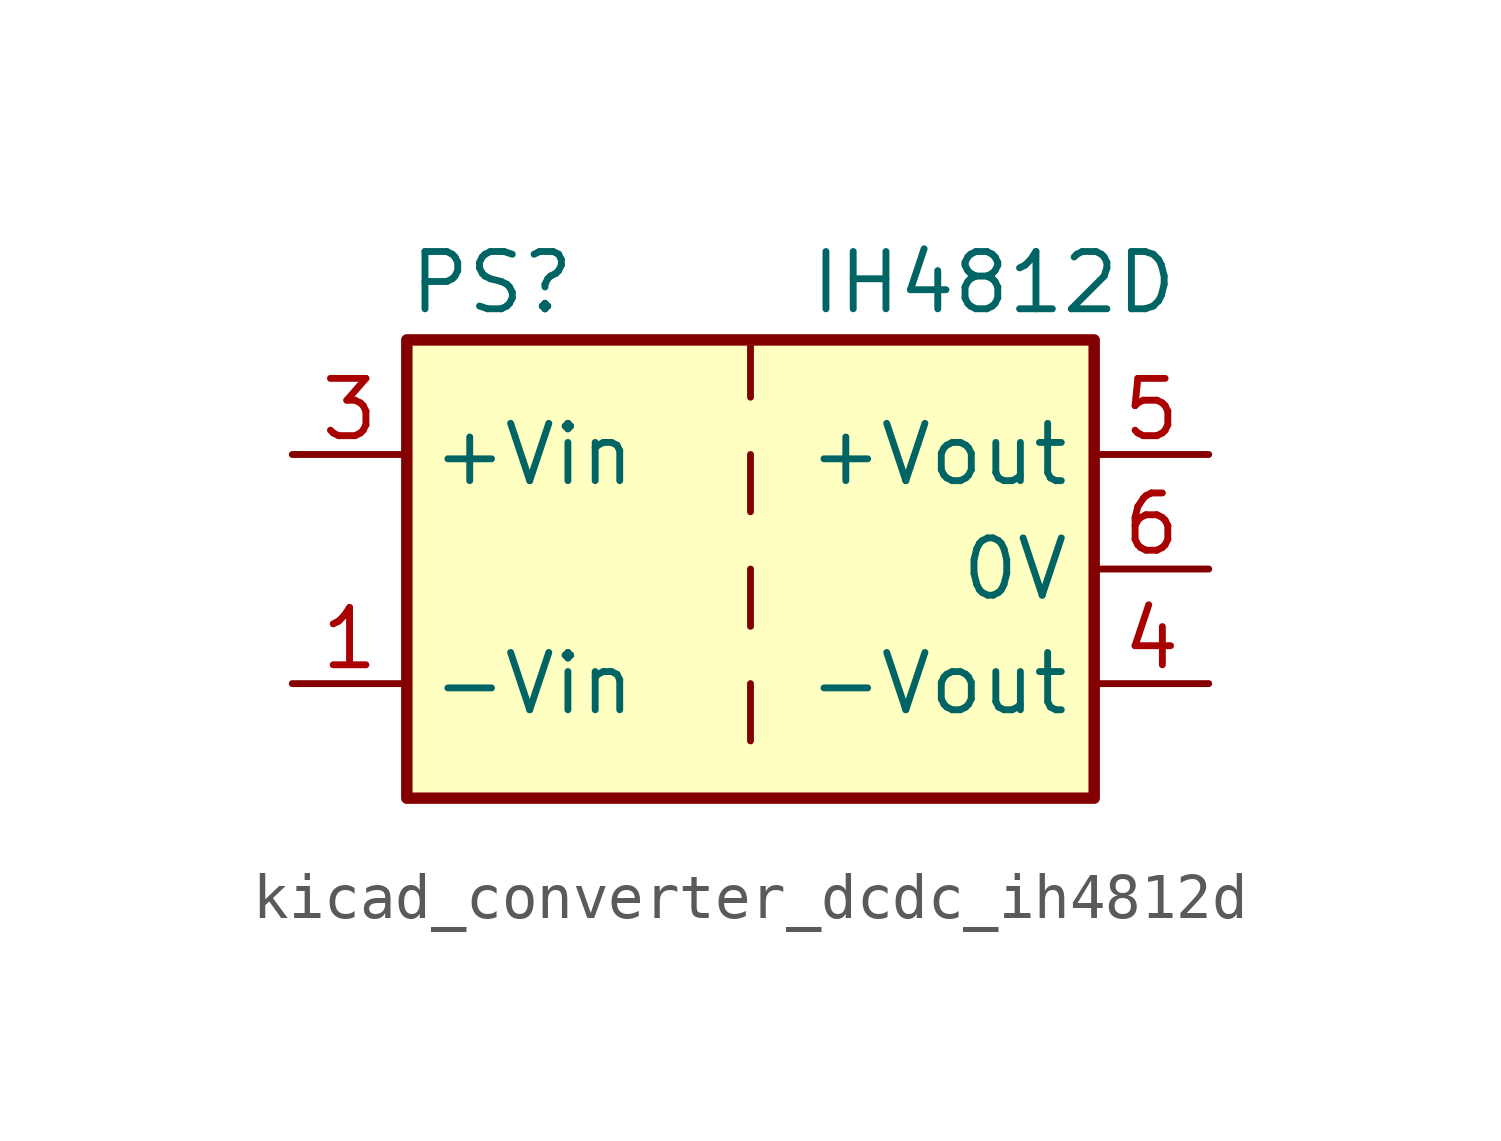
<source format=kicad_sym>
(kicad_symbol_lib
  (version 20220914)
  (generator kicad_symbol_editor)
  (symbol "kicad_converter_dcdc_ih4812d"
    (property "Reference" "PS"
      (at -7.62 6.35 0)
      (effects (font (size 1.27 1.27)) (justify left)))
    (property "Value" "IH4812D"
      (at 1.27 6.35 0)
      (effects (font (size 1.27 1.27)) (justify left)))
    (symbol "kicad_converter_dcdc_ih4812d_0_0"
      (pin power_in line (at -10.16 -2.54 0) (length 2.54) (name "-Vin" (effects (font (size 1.27 1.27)))) (number "1" (effects (font (size 1.27 1.27)))))
      (pin power_in line (at -10.16 2.54 0) (length 2.54) (name "+Vin" (effects (font (size 1.27 1.27)))) (number "3" (effects (font (size 1.27 1.27)))))
      (pin power_out line (at 10.16 -2.54 180) (length 2.54) (name "-Vout" (effects (font (size 1.27 1.27)))) (number "4" (effects (font (size 1.27 1.27)))))
      (pin power_out line (at 10.16 2.54 180) (length 2.54) (name "+Vout" (effects (font (size 1.27 1.27)))) (number "5" (effects (font (size 1.27 1.27)))))
      (pin power_out line (at 10.16 0 180) (length 2.54) (name "0V" (effects (font (size 1.27 1.27)))) (number "6" (effects (font (size 1.27 1.27))))))
    (symbol "kicad_converter_dcdc_ih4812d_0_1"
      (rectangle (start -7.62 5.08) (end 7.62 -5.08) (stroke (width 0.254) (type default)) (fill (type background)))
      (polyline (pts (xy 0 -2.54) (xy 0 -3.81)) (stroke (width 0) (type default)) (fill (type none)))
      (polyline (pts (xy 0 0) (xy 0 -1.27)) (stroke (width 0) (type default)) (fill (type none)))
      (polyline (pts (xy 0 2.54) (xy 0 1.27)) (stroke (width 0) (type default)) (fill (type none)))
      (polyline (pts (xy 0 5.08) (xy 0 3.81)) (stroke (width 0) (type default)) (fill (type none))))
    (symbol "kicad_converter_dcdc_ih4812d_1_1"
      (pin no_connect line (at 0 -5.08 90) (length 2.54) hide (name "NC" (effects (font (size 1.27 1.27)))) (number "2" (effects (font (size 1.27 1.27))))))))
</source>
